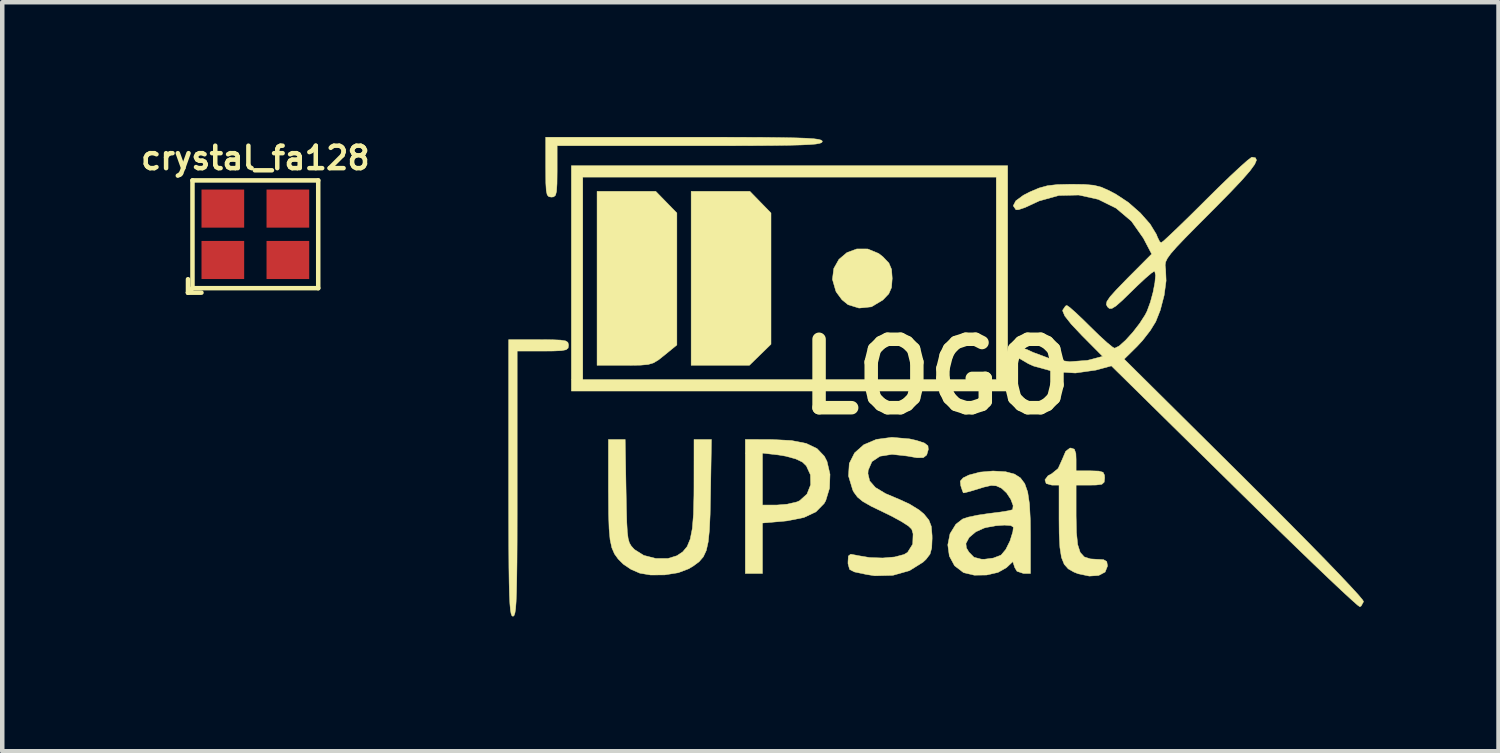
<source format=kicad_pcb>
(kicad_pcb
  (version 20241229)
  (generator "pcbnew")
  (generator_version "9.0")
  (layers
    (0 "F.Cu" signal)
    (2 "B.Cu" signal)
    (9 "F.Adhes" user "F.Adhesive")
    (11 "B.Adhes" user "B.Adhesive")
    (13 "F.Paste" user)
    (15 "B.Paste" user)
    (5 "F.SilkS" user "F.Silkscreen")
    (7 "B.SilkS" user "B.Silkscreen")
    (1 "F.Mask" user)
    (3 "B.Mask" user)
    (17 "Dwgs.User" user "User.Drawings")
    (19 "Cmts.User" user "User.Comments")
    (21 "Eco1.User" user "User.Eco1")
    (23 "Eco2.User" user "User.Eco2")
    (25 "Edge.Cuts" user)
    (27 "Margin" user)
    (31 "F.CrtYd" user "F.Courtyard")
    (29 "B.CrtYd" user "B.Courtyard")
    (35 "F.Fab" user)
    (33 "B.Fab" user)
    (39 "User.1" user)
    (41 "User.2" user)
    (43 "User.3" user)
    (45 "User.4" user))
  (footprint "LOGO"
    (layer "F.Cu")
    (at 17.801 5.339)
    (property "Reference" "LOGO" (at 0 0 0) (layer "F.SilkS") (effects (font (size 1.524 1.524) (thickness 0.3))))
    (attr through_hole)
    (fp_poly (pts (xy -3.918 -3.887) (xy -3.683 -3.646) (xy -3.683 -0.724) (xy -3.924 -0.489) (xy -4.165 -0.254) (xy -5.461 -0.254) (xy -5.461 -4.128) (xy -4.153 -4.128) (xy -3.918 -3.887)) (stroke (width 0.01) (type solid)) (fill yes) (layer "F.SilkS"))
    (fp_poly (pts (xy 1.587 0.318) (xy -8.128 0.318) (xy -8.128 -4.445) (xy -7.874 -4.445) (xy -7.874 0.064) (xy 1.333 0.064) (xy 1.333 -4.445) (xy -7.874 -4.445) (xy -8.128 -4.445) (xy -8.128 -4.699) (xy 1.587 -4.699) (xy 1.587 0.318)) (stroke (width 0.01) (type solid)) (fill yes) (layer "F.SilkS"))
    (fp_poly (pts (xy -6.014 -3.887) (xy -5.779 -3.646) (xy -5.779 -0.707) (xy -6.055 -0.481) (xy -6.187 -0.376) (xy -6.296 -0.31) (xy -6.418 -0.273) (xy -6.587 -0.258) (xy -6.837 -0.254) (xy -6.944 -0.254) (xy -7.556 -0.254) (xy -7.556 -4.128) (xy -6.249 -4.128) (xy -6.014 -3.887)) (stroke (width 0.01) (type solid)) (fill yes) (layer "F.SilkS"))
    (fp_poly (pts (xy -1.529 -2.845) (xy -1.286 -2.745) (xy -1.192 -2.672) (xy -1.058 -2.532) (xy -0.998 -2.391) (xy -0.984 -2.191) (xy -0.999 -1.987) (xy -1.06 -1.847) (xy -1.192 -1.709) (xy -1.446 -1.557) (xy -1.723 -1.529) (xy -1.968 -1.605) (xy -2.103 -1.715) (xy -2.225 -1.88) (xy -2.239 -1.906) (xy -2.315 -2.169) (xy -2.285 -2.41) (xy -2.171 -2.613) (xy -1.993 -2.764) (xy -1.772 -2.846) (xy -1.529 -2.845)) (stroke (width 0.01) (type solid)) (fill yes) (layer "F.SilkS"))
    (fp_poly (pts (xy -3.667 1.398) (xy -3.229 1.42) (xy -2.898 1.485) (xy -2.658 1.6) (xy -2.495 1.77) (xy -2.436 1.885) (xy -2.369 2.172) (xy -2.38 2.482) (xy -2.464 2.759) (xy -2.501 2.824) (xy -2.682 3.008) (xy -2.952 3.135) (xy -3.325 3.209) (xy -3.434 3.22) (xy -3.873 3.257) (xy -3.873 4.381) (xy -4.255 4.381) (xy -4.255 2.857) (xy -3.873 2.857) (xy -3.553 2.857) (xy -3.322 2.838) (xy -3.112 2.789) (xy -3.046 2.761) (xy -2.882 2.613) (xy -2.8 2.406) (xy -2.805 2.183) (xy -2.897 1.983) (xy -2.985 1.899) (xy -3.137 1.828) (xy -3.357 1.768) (xy -3.508 1.743) (xy -3.873 1.7) (xy -3.873 2.857) (xy -4.255 2.857) (xy -4.255 1.397) (xy -3.667 1.398)) (stroke (width 0.01) (type solid)) (fill yes) (layer "F.SilkS"))
    (fp_poly (pts (xy -8.561 -0.824) (xy -8.368 -0.816) (xy -8.257 -0.798) (xy -8.206 -0.766) (xy -8.192 -0.714) (xy -8.191 -0.699) (xy -8.201 -0.638) (xy -8.246 -0.601) (xy -8.35 -0.581) (xy -8.538 -0.573) (xy -8.763 -0.572) (xy -9.335 -0.572) (xy -9.335 2.381) (xy -9.335 3.077) (xy -9.336 3.657) (xy -9.339 4.13) (xy -9.344 4.507) (xy -9.35 4.798) (xy -9.359 5.015) (xy -9.37 5.166) (xy -9.385 5.263) (xy -9.403 5.315) (xy -9.424 5.333) (xy -9.43 5.334) (xy -9.452 5.322) (xy -9.47 5.278) (xy -9.485 5.193) (xy -9.497 5.057) (xy -9.507 4.859) (xy -9.514 4.589) (xy -9.519 4.237) (xy -9.522 3.793) (xy -9.524 3.247) (xy -9.525 2.589) (xy -9.525 2.254) (xy -9.525 -0.826) (xy -8.858 -0.826) (xy -8.561 -0.824)) (stroke (width 0.01) (type solid)) (fill yes) (layer "F.SilkS"))
    (fp_poly (pts (xy -4.908 -5.334) (xy -4.312 -5.332) (xy -3.824 -5.33) (xy -3.432 -5.325) (xy -3.127 -5.319) (xy -2.898 -5.311) (xy -2.735 -5.3) (xy -2.628 -5.286) (xy -2.567 -5.269) (xy -2.542 -5.249) (xy -2.54 -5.239) (xy -2.552 -5.216) (xy -2.596 -5.198) (xy -2.682 -5.182) (xy -2.82 -5.17) (xy -3.021 -5.161) (xy -3.295 -5.154) (xy -3.652 -5.149) (xy -4.103 -5.146) (xy -4.658 -5.144) (xy -5.327 -5.144) (xy -5.493 -5.144) (xy -8.445 -5.144) (xy -8.445 -4.572) (xy -8.448 -4.3) (xy -8.458 -4.132) (xy -8.481 -4.042) (xy -8.522 -4.006) (xy -8.572 -4) (xy -8.629 -4.009) (xy -8.666 -4.049) (xy -8.687 -4.143) (xy -8.697 -4.314) (xy -8.699 -4.584) (xy -8.7 -4.667) (xy -8.7 -5.334) (xy -5.62 -5.334) (xy -4.908 -5.334)) (stroke (width 0.01) (type solid)) (fill yes) (layer "F.SilkS"))
    (fp_poly (pts (xy 3.072 1.613) (xy 3.106 1.71) (xy 3.111 1.841) (xy 3.111 2.095) (xy 3.429 2.095) (xy 3.617 2.101) (xy 3.711 2.127) (xy 3.743 2.191) (xy 3.747 2.254) (xy 3.736 2.348) (xy 3.684 2.395) (xy 3.556 2.411) (xy 3.429 2.413) (xy 3.111 2.413) (xy 3.111 3.097) (xy 3.119 3.471) (xy 3.146 3.737) (xy 3.202 3.911) (xy 3.293 4.012) (xy 3.43 4.056) (xy 3.56 4.064) (xy 3.722 4.073) (xy 3.794 4.116) (xy 3.81 4.212) (xy 3.81 4.215) (xy 3.757 4.349) (xy 3.613 4.425) (xy 3.405 4.439) (xy 3.157 4.387) (xy 3.063 4.35) (xy 2.936 4.278) (xy 2.846 4.176) (xy 2.785 4.024) (xy 2.75 3.801) (xy 2.734 3.488) (xy 2.731 3.171) (xy 2.731 2.413) (xy 2.572 2.413) (xy 2.445 2.378) (xy 2.417 2.296) (xy 2.486 2.204) (xy 2.568 2.16) (xy 2.711 2.043) (xy 2.801 1.844) (xy 2.879 1.66) (xy 2.973 1.589) (xy 2.995 1.587) (xy 3.072 1.613)) (stroke (width 0.01) (type solid)) (fill yes) (layer "F.SilkS"))
    (fp_poly (pts (xy -6.91 2.539) (xy -6.902 2.945) (xy -6.894 3.244) (xy -6.882 3.456) (xy -6.864 3.6) (xy -6.837 3.697) (xy -6.797 3.766) (xy -6.743 3.827) (xy -6.721 3.849) (xy -6.516 3.978) (xy -6.25 4.046) (xy -5.976 4.046) (xy -5.779 3.986) (xy -5.648 3.899) (xy -5.55 3.781) (xy -5.481 3.613) (xy -5.435 3.38) (xy -5.409 3.062) (xy -5.399 2.642) (xy -5.398 2.429) (xy -5.397 1.397) (xy -5.009 1.397) (xy -5.029 2.599) (xy -5.038 3.06) (xy -5.054 3.413) (xy -5.081 3.676) (xy -5.124 3.869) (xy -5.19 4.01) (xy -5.283 4.118) (xy -5.409 4.212) (xy -5.513 4.275) (xy -5.748 4.364) (xy -6.05 4.412) (xy -6.361 4.415) (xy -6.604 4.374) (xy -6.802 4.288) (xy -6.972 4.173) (xy -6.975 4.17) (xy -7.086 4.059) (xy -7.168 3.945) (xy -7.227 3.808) (xy -7.266 3.628) (xy -7.288 3.386) (xy -7.299 3.06) (xy -7.302 2.63) (xy -7.303 2.543) (xy -7.303 1.397) (xy -6.93 1.397) (xy -6.91 2.539)) (stroke (width 0.01) (type solid)) (fill yes) (layer "F.SilkS"))
    (fp_poly (pts (xy -0.595 1.384) (xy -0.445 1.418) (xy -0.267 1.476) (xy -0.188 1.538) (xy -0.18 1.62) (xy -0.216 1.742) (xy -0.29 1.801) (xy -0.431 1.804) (xy -0.64 1.767) (xy -0.988 1.728) (xy -1.256 1.77) (xy -1.435 1.889) (xy -1.519 2.083) (xy -1.524 2.159) (xy -1.485 2.321) (xy -1.358 2.466) (xy -1.13 2.603) (xy -0.835 2.727) (xy -0.599 2.835) (xy -0.386 2.966) (xy -0.277 3.057) (xy -0.167 3.193) (xy -0.113 3.334) (xy -0.096 3.536) (xy -0.095 3.597) (xy -0.104 3.811) (xy -0.142 3.95) (xy -0.23 4.065) (xy -0.298 4.129) (xy -0.6 4.318) (xy -0.969 4.422) (xy -1.371 4.432) (xy -1.556 4.403) (xy -1.727 4.367) (xy -1.826 4.346) (xy -1.932 4.291) (xy -1.968 4.163) (xy -1.968 4.121) (xy -1.96 3.992) (xy -1.909 3.952) (xy -1.776 3.976) (xy -1.762 3.98) (xy -1.487 4.026) (xy -1.195 4.036) (xy -0.927 4.013) (xy -0.72 3.958) (xy -0.642 3.911) (xy -0.527 3.727) (xy -0.519 3.498) (xy -0.549 3.396) (xy -0.621 3.325) (xy -0.783 3.221) (xy -1.008 3.099) (xy -1.172 3.019) (xy -1.452 2.884) (xy -1.639 2.777) (xy -1.758 2.679) (xy -1.836 2.573) (xy -1.862 2.524) (xy -1.957 2.21) (xy -1.94 1.931) (xy -1.822 1.696) (xy -1.617 1.514) (xy -1.336 1.395) (xy -0.991 1.349) (xy -0.595 1.384)) (stroke (width 0.01) (type solid)) (fill yes) (layer "F.SilkS"))
    (fp_poly (pts (xy 1.541 2.115) (xy 1.74 2.168) (xy 1.871 2.252) (xy 1.967 2.38) (xy 2.033 2.568) (xy 2.073 2.836) (xy 2.092 3.2) (xy 2.095 3.518) (xy 2.095 4.381) (xy 1.941 4.381) (xy 1.795 4.332) (xy 1.745 4.249) (xy 1.702 4.117) (xy 1.56 4.251) (xy 1.372 4.357) (xy 1.117 4.415) (xy 0.845 4.419) (xy 0.609 4.363) (xy 0.602 4.36) (xy 0.404 4.208) (xy 0.288 3.992) (xy 0.254 3.744) (xy 0.26 3.714) (xy 0.657 3.714) (xy 0.669 3.812) (xy 0.724 3.905) (xy 0.837 4.02) (xy 0.999 4.062) (xy 1.067 4.064) (xy 1.266 4.038) (xy 1.432 3.975) (xy 1.444 3.967) (xy 1.545 3.846) (xy 1.639 3.656) (xy 1.702 3.453) (xy 1.714 3.35) (xy 1.659 3.314) (xy 1.515 3.304) (xy 1.321 3.318) (xy 1.113 3.356) (xy 1.063 3.369) (xy 0.878 3.453) (xy 0.736 3.572) (xy 0.722 3.591) (xy 0.657 3.714) (xy 0.26 3.714) (xy 0.303 3.497) (xy 0.434 3.284) (xy 0.586 3.167) (xy 0.714 3.125) (xy 0.925 3.081) (xy 1.175 3.044) (xy 1.194 3.042) (xy 1.426 3.013) (xy 1.604 2.984) (xy 1.694 2.961) (xy 1.698 2.959) (xy 1.709 2.869) (xy 1.657 2.73) (xy 1.563 2.587) (xy 1.452 2.484) (xy 1.444 2.479) (xy 1.333 2.429) (xy 1.219 2.421) (xy 1.057 2.458) (xy 0.945 2.493) (xy 0.76 2.549) (xy 0.633 2.582) (xy 0.599 2.586) (xy 0.574 2.522) (xy 0.543 2.428) (xy 0.532 2.324) (xy 0.595 2.252) (xy 0.724 2.189) (xy 0.97 2.124) (xy 1.261 2.099) (xy 1.541 2.115)) (stroke (width 0.01) (type solid)) (fill yes) (layer "F.SilkS"))
    (fp_poly (pts (xy 7.105 -4.875) (xy 7.128 -4.824) (xy 7.088 -4.73) (xy 6.982 -4.584) (xy 6.802 -4.377) (xy 6.542 -4.103) (xy 6.196 -3.751) (xy 6.128 -3.683) (xy 5.792 -3.346) (xy 5.536 -3.086) (xy 5.349 -2.89) (xy 5.222 -2.745) (xy 5.144 -2.638) (xy 5.105 -2.556) (xy 5.094 -2.487) (xy 5.101 -2.418) (xy 5.104 -2.4) (xy 5.115 -2.138) (xy 5.072 -1.815) (xy 4.985 -1.481) (xy 4.884 -1.226) (xy 4.762 -1.028) (xy 4.59 -0.807) (xy 4.467 -0.674) (xy 4.181 -0.392) (xy 6.856 2.26) (xy 7.368 2.771) (xy 7.842 3.246) (xy 8.271 3.68) (xy 8.647 4.064) (xy 8.964 4.393) (xy 9.215 4.659) (xy 9.394 4.854) (xy 9.493 4.973) (xy 9.512 5.007) (xy 9.459 5.104) (xy 9.43 5.122) (xy 9.374 5.082) (xy 9.237 4.96) (xy 9.025 4.765) (xy 8.747 4.503) (xy 8.411 4.182) (xy 8.024 3.809) (xy 7.596 3.394) (xy 7.133 2.942) (xy 6.644 2.462) (xy 6.632 2.45) (xy 3.897 -0.242) (xy 3.552 -0.148) (xy 3.095 -0.083) (xy 2.616 -0.114) (xy 2.165 -0.238) (xy 2.051 -0.289) (xy 1.828 -0.42) (xy 1.723 -0.536) (xy 1.737 -0.633) (xy 1.776 -0.665) (xy 1.862 -0.659) (xy 2.019 -0.605) (xy 2.152 -0.543) (xy 2.548 -0.396) (xy 2.965 -0.335) (xy 3.357 -0.364) (xy 3.422 -0.379) (xy 3.702 -0.454) (xy 3.239 -0.92) (xy 3.001 -1.173) (xy 2.859 -1.353) (xy 2.812 -1.466) (xy 2.815 -1.487) (xy 2.874 -1.574) (xy 2.905 -1.588) (xy 2.968 -1.545) (xy 3.099 -1.43) (xy 3.276 -1.262) (xy 3.429 -1.111) (xy 3.63 -0.915) (xy 3.802 -0.758) (xy 3.924 -0.659) (xy 3.97 -0.635) (xy 4.069 -0.684) (xy 4.211 -0.811) (xy 4.372 -0.988) (xy 4.526 -1.187) (xy 4.649 -1.378) (xy 4.691 -1.46) (xy 4.765 -1.662) (xy 4.825 -1.884) (xy 4.865 -2.093) (xy 4.88 -2.257) (xy 4.863 -2.344) (xy 4.851 -2.35) (xy 4.786 -2.307) (xy 4.654 -2.194) (xy 4.476 -2.028) (xy 4.346 -1.901) (xy 4.138 -1.699) (xy 3.999 -1.576) (xy 3.909 -1.521) (xy 3.85 -1.521) (xy 3.81 -1.556) (xy 3.783 -1.61) (xy 3.798 -1.679) (xy 3.867 -1.78) (xy 4.002 -1.931) (xy 4.214 -2.15) (xy 4.259 -2.196) (xy 4.794 -2.733) (xy 4.609 -3.086) (xy 4.344 -3.463) (xy 4.002 -3.753) (xy 3.604 -3.95) (xy 3.171 -4.046) (xy 2.724 -4.036) (xy 2.284 -3.913) (xy 2.159 -3.854) (xy 1.973 -3.768) (xy 1.83 -3.72) (xy 1.772 -3.718) (xy 1.711 -3.807) (xy 1.768 -3.917) (xy 1.938 -4.042) (xy 2.08 -4.115) (xy 2.285 -4.202) (xy 2.474 -4.254) (xy 2.693 -4.279) (xy 2.989 -4.286) (xy 3.016 -4.286) (xy 3.301 -4.282) (xy 3.504 -4.264) (xy 3.671 -4.222) (xy 3.846 -4.144) (xy 3.994 -4.066) (xy 4.275 -3.881) (xy 4.539 -3.649) (xy 4.758 -3.401) (xy 4.9 -3.168) (xy 4.921 -3.111) (xy 4.972 -3.009) (xy 5.006 -2.985) (xy 5.062 -3.027) (xy 5.193 -3.148) (xy 5.386 -3.332) (xy 5.628 -3.567) (xy 5.903 -3.839) (xy 6.001 -3.937) (xy 6.287 -4.22) (xy 6.545 -4.469) (xy 6.763 -4.672) (xy 6.924 -4.815) (xy 7.016 -4.885) (xy 7.028 -4.889) (xy 7.105 -4.875)) (stroke (width 0.01) (type solid)) (fill yes) (layer "F.SilkS")))
  (footprint "crystal_fa128"
    (layer "F.Cu")
    (at 2.636 2.167)
    (property "Reference" "crystal_fa128" (at 0 -1.699 0) (layer "F.SilkS") (effects (font (size 0.5 0.5) (thickness 0.1))))
    (attr through_hole)
    (fp_line (start -1.5 1.3) (end -1.5 1) (stroke (width 0.1) (type solid)) (layer "F.SilkS"))
    (fp_line (start -1.5 1.3) (end -1.4 1.2) (stroke (width 0.1) (type solid)) (layer "F.SilkS"))
    (fp_line (start -1.5 1.3) (end -1.2 1.3) (stroke (width 0.1) (type solid)) (layer "F.SilkS"))
    (fp_line (start -1.4 -1.2) (end 1.4 -1.2) (stroke (width 0.1) (type solid)) (layer "F.SilkS"))
    (fp_line (start -1.4 1.2) (end -1.4 -1.2) (stroke (width 0.1) (type solid)) (layer "F.SilkS"))
    (fp_line (start 1.4 -1.2) (end 1.4 1.2) (stroke (width 0.1) (type solid)) (layer "F.SilkS"))
    (fp_line (start 1.4 1.2) (end -1.4 1.2) (stroke (width 0.1) (type solid)) (layer "F.SilkS"))
    (pad "1" smd rect (at -0.724 0.572) (size 0.95 0.848) (layers "F.Cu" "F.Mask" "F.Paste"))
    (pad "2" smd rect (at 0.724 0.572) (size 0.95 0.848) (layers "F.Cu" "F.Mask" "F.Paste"))
    (pad "3" smd rect (at 0.724 -0.572) (size 0.95 0.848) (layers "F.Cu" "F.Mask" "F.Paste"))
    (pad "4" smd rect (at -0.724 -0.572) (size 0.95 0.848) (layers "F.Cu" "F.Mask" "F.Paste")))
  (gr_rect
    (start -3 -3)
    (end 30.318 13.678)
    (stroke (width 0.1) (type default))
    (fill no)
    (layer "Edge.Cuts")))
</source>
